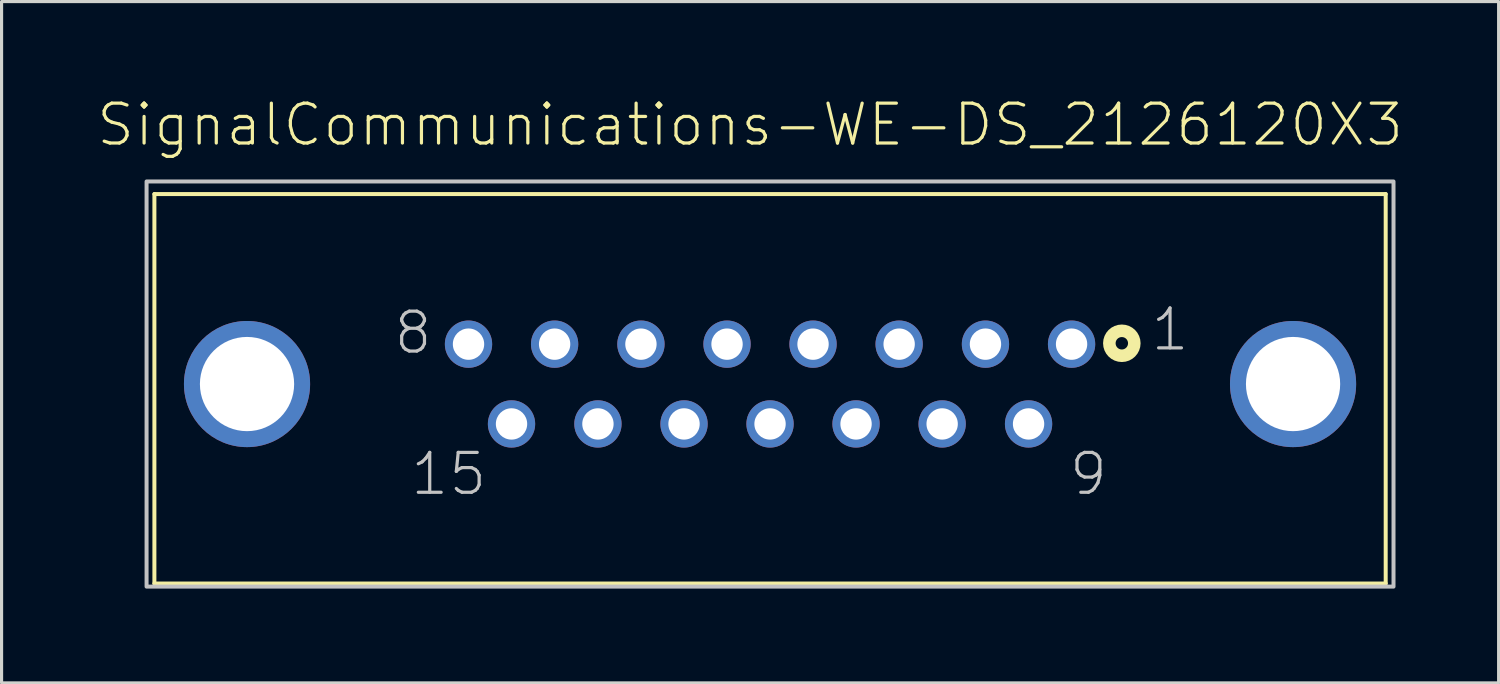
<source format=kicad_pcb>
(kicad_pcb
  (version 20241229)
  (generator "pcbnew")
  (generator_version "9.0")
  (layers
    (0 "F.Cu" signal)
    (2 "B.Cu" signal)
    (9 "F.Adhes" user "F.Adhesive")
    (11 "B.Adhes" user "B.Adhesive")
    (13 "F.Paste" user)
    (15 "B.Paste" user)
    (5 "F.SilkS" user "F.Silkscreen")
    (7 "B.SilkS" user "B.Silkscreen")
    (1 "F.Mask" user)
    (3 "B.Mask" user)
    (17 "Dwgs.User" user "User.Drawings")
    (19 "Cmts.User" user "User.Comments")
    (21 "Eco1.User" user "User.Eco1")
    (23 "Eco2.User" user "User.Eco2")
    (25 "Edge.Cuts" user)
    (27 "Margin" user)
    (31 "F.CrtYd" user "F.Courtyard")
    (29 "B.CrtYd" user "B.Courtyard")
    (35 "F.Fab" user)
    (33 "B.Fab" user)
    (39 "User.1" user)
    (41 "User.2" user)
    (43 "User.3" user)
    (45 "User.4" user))
  (footprint "SignalCommunications-WE-DS_2126120X3"
    (layer "F.Cu")
    (at 21.464 9.176)
    (property "Reference" "SignalCommunications-WE-DS_2126120X3" (at -0.635 -8.255 0) (layer "F.SilkS") (effects (font (size 1.27 1.27) (thickness 0.102))))
    (attr exclude_from_pos_files exclude_from_bom)
    (fp_line (start -19.599 -6.048) (end -19.599 6.35) (stroke (width 0.127) (type solid)) (layer "F.SilkS"))
    (fp_line (start -19.599 -6.048) (end 19.599 -6.048) (stroke (width 0.127) (type solid)) (layer "F.SilkS"))
    (fp_line (start -19.599 6.35) (end 19.599 6.35) (stroke (width 0.127) (type solid)) (layer "F.SilkS"))
    (fp_line (start 19.599 -6.048) (end 19.599 6.35) (stroke (width 0.127) (type solid)) (layer "F.SilkS"))
    (fp_circle (center 11.199 -1.298) (end 11.199 -1.496) (stroke (width 0.399) (type solid)) (fill no) (layer "F.SilkS"))
    (fp_poly (pts (xy -19.848 -6.449) (xy 19.848 -6.449) (xy 19.848 6.449) (xy -19.848 6.449) (xy -19.848 -6.449)) (stroke (width 0.127) (type solid)) (fill no) (layer "Dwgs.User"))
    (fp_text user "1" (at 12.733 -1.735 0) (layer "Dwgs.User") (effects (font (size 1.27 1.27) (thickness 0.102))))
    (fp_text user "8" (at -11.364 -1.633 0) (layer "Dwgs.User") (effects (font (size 1.27 1.27) (thickness 0.102))))
    (fp_text user "9" (at 10.135 2.863 0) (layer "Dwgs.User") (effects (font (size 1.27 1.27) (thickness 0.102))))
    (fp_text user "15" (at -10.229 2.863 0) (layer "Dwgs.User") (effects (font (size 1.27 1.27) (thickness 0.102))))
    (pad "1" thru_hole circle (at 9.599 -1.27) (size 1.506 1.506) (drill 0.998) (layers "*.Cu" "*.Paste" "*.Mask"))
    (pad "2" thru_hole circle (at 6.858 -1.27) (size 1.506 1.506) (drill 0.998) (layers "*.Cu" "*.Paste" "*.Mask"))
    (pad "3" thru_hole circle (at 4.11 -1.27) (size 1.506 1.506) (drill 0.998) (layers "*.Cu" "*.Paste" "*.Mask"))
    (pad "4" thru_hole circle (at 1.369 -1.27) (size 1.506 1.506) (drill 0.998) (layers "*.Cu" "*.Paste" "*.Mask"))
    (pad "5" thru_hole circle (at -1.369 -1.27) (size 1.506 1.506) (drill 0.998) (layers "*.Cu" "*.Paste" "*.Mask"))
    (pad "6" thru_hole circle (at -4.11 -1.27) (size 1.506 1.506) (drill 0.998) (layers "*.Cu" "*.Paste" "*.Mask"))
    (pad "7" thru_hole circle (at -6.858 -1.27) (size 1.506 1.506) (drill 0.998) (layers "*.Cu" "*.Paste" "*.Mask"))
    (pad "8" thru_hole circle (at -9.599 -1.27) (size 1.506 1.506) (drill 0.998) (layers "*.Cu" "*.Paste" "*.Mask"))
    (pad "9" thru_hole circle (at 8.23 1.27) (size 1.506 1.506) (drill 0.998) (layers "*.Cu" "*.Paste" "*.Mask"))
    (pad "10" thru_hole circle (at 5.479 1.27) (size 1.506 1.506) (drill 0.998) (layers "*.Cu" "*.Paste" "*.Mask"))
    (pad "11" thru_hole circle (at 2.738 1.27) (size 1.506 1.506) (drill 0.998) (layers "*.Cu" "*.Paste" "*.Mask"))
    (pad "12" thru_hole circle (at 0 1.27) (size 1.506 1.506) (drill 0.998) (layers "*.Cu" "*.Paste" "*.Mask"))
    (pad "13" thru_hole circle (at -2.738 1.27) (size 1.506 1.506) (drill 0.998) (layers "*.Cu" "*.Paste" "*.Mask"))
    (pad "14" thru_hole circle (at -5.479 1.27) (size 1.506 1.506) (drill 0.998) (layers "*.Cu" "*.Paste" "*.Mask"))
    (pad "15" thru_hole circle (at -8.23 1.27) (size 1.506 1.506) (drill 0.998) (layers "*.Cu" "*.Paste" "*.Mask"))
    (pad "GND1" thru_hole circle (at -16.65 0) (size 4.016 4.016) (drill 3) (layers "*.Cu" "*.Paste" "*.Mask"))
    (pad "GND2" thru_hole circle (at 16.65 0) (size 4.016 4.016) (drill 3) (layers "*.Cu" "*.Paste" "*.Mask")))
  (gr_rect
    (start -3 -3)
    (end 44.658 18.689)
    (stroke (width 0.1) (type default))
    (fill no)
    (layer "Edge.Cuts")))
</source>
